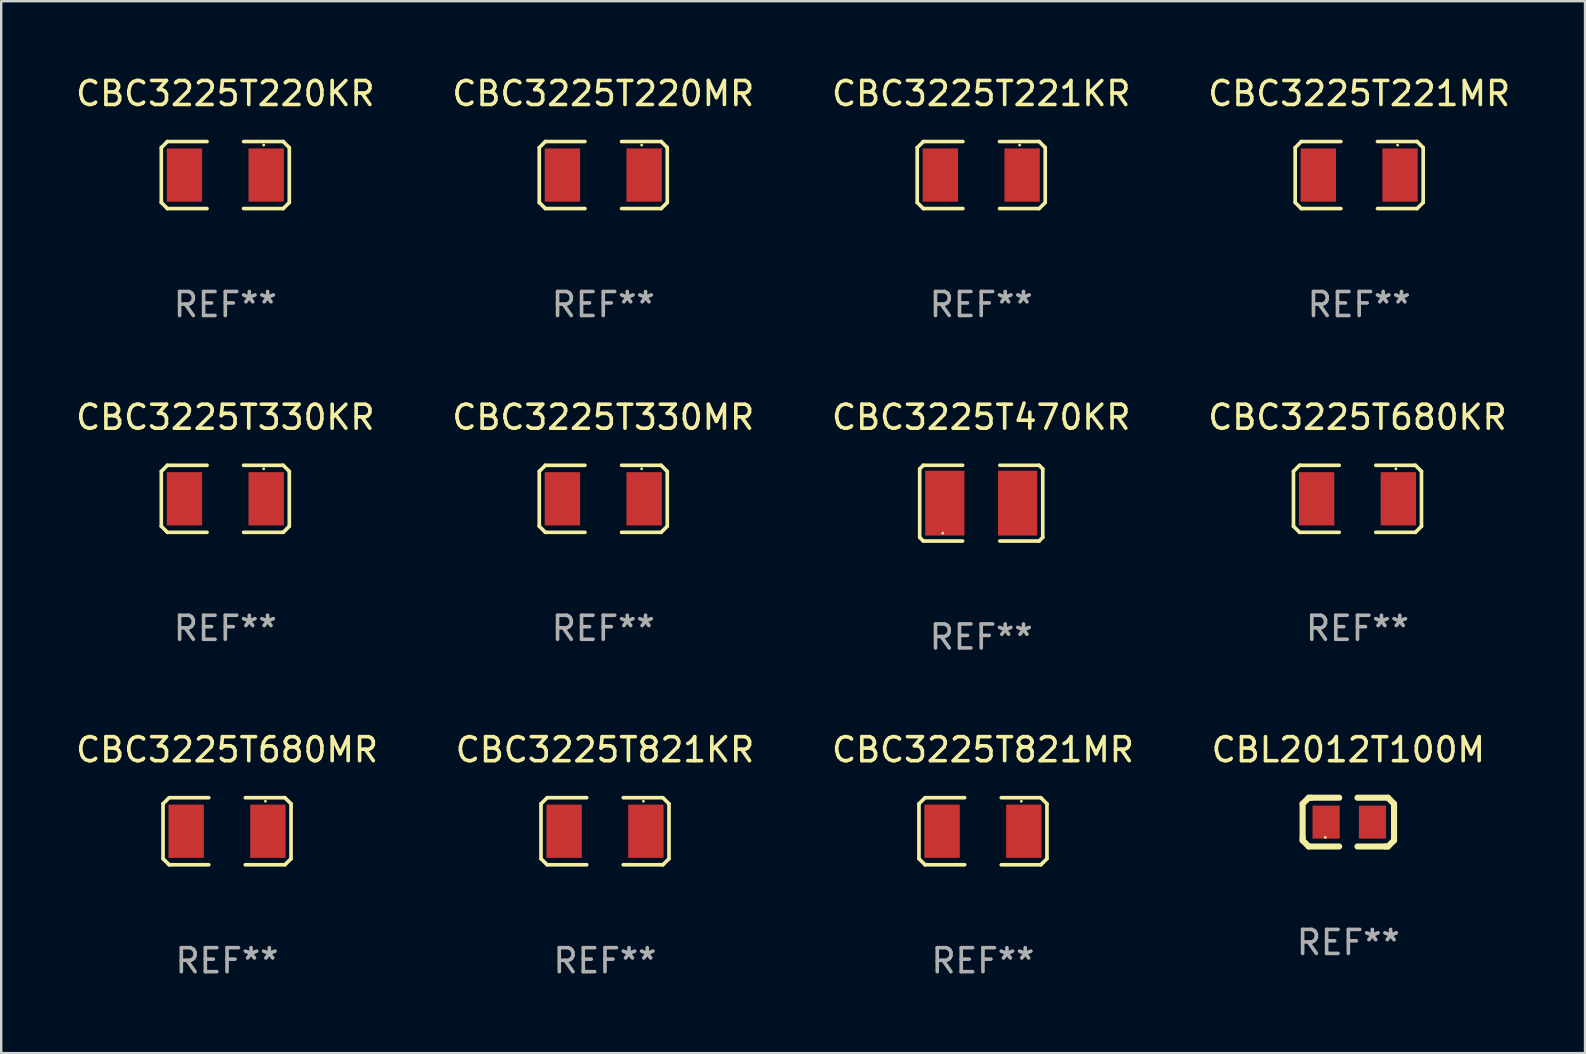
<source format=kicad_pcb>
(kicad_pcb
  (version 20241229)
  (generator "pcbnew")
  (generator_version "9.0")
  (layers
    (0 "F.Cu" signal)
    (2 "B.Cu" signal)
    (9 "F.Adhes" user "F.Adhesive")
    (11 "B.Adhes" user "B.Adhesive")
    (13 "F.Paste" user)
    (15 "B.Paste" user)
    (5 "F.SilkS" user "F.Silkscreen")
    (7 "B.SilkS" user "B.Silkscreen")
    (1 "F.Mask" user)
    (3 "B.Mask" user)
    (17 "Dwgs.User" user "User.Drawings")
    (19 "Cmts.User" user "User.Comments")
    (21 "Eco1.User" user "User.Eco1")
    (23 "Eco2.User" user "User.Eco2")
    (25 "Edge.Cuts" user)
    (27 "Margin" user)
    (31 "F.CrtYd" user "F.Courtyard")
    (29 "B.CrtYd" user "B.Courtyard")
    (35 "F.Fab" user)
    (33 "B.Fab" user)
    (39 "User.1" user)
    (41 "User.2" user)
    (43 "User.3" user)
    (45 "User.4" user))
  (footprint "CBC3225T821KR"
    (layer "F.Cu")
    (at 22.161 31.589)
    (property "Reference" "CBC3225T821KR" (at 0 -3.397 0) (layer "F.SilkS") (effects (font (size 1 1) (thickness 0.15))))
    (attr through_hole)
    (fp_line (start -2.667 -1.143) (end -2.413 -1.397) (stroke (width 0.152) (type solid)) (layer "F.SilkS"))
    (fp_line (start -2.667 1.143) (end -2.667 -1.143) (stroke (width 0.152) (type solid)) (layer "F.SilkS"))
    (fp_line (start -2.413 -1.397) (end -0.762 -1.397) (stroke (width 0.152) (type solid)) (layer "F.SilkS"))
    (fp_line (start -2.413 1.397) (end -2.667 1.143) (stroke (width 0.152) (type solid)) (layer "F.SilkS"))
    (fp_line (start -0.762 1.397) (end -2.413 1.397) (stroke (width 0.152) (type solid)) (layer "F.SilkS"))
    (fp_line (start 0.762 -1.397) (end 2.413 -1.397) (stroke (width 0.152) (type solid)) (layer "F.SilkS"))
    (fp_line (start 2.413 -1.397) (end 2.667 -1.143) (stroke (width 0.152) (type solid)) (layer "F.SilkS"))
    (fp_line (start 2.413 1.397) (end 0.762 1.397) (stroke (width 0.152) (type solid)) (layer "F.SilkS"))
    (fp_line (start 2.667 -1.143) (end 2.667 1.143) (stroke (width 0.152) (type solid)) (layer "F.SilkS"))
    (fp_line (start 2.667 1.143) (end 2.413 1.397) (stroke (width 0.152) (type solid)) (layer "F.SilkS"))
    (fp_circle (center 1.6 -1.25) (end 1.63 -1.25) (stroke (width 0.06) (type solid)) (fill no) (layer "F.SilkS"))
    (fp_text user "REF**" (at 0 5.397 0) (layer "F.Fab") (effects (font (size 1 1) (thickness 0.15))))
    (pad "1" smd rect (at 1.703 0) (size 1.474 2.22) (layers "F.Cu" "F.Mask" "F.Paste"))
    (pad "2" smd rect (at -1.703 0) (size 1.474 2.22) (layers "F.Cu" "F.Mask" "F.Paste")))
  (footprint "CBC3225T220KR"
    (layer "F.Cu")
    (at 6.339 4.245)
    (property "Reference" "CBC3225T220KR" (at 0 -3.397 0) (layer "F.SilkS") (effects (font (size 1 1) (thickness 0.15))))
    (attr through_hole)
    (fp_line (start -2.667 -1.143) (end -2.413 -1.397) (stroke (width 0.152) (type solid)) (layer "F.SilkS"))
    (fp_line (start -2.667 1.143) (end -2.667 -1.143) (stroke (width 0.152) (type solid)) (layer "F.SilkS"))
    (fp_line (start -2.413 -1.397) (end -0.762 -1.397) (stroke (width 0.152) (type solid)) (layer "F.SilkS"))
    (fp_line (start -2.413 1.397) (end -2.667 1.143) (stroke (width 0.152) (type solid)) (layer "F.SilkS"))
    (fp_line (start -0.762 1.397) (end -2.413 1.397) (stroke (width 0.152) (type solid)) (layer "F.SilkS"))
    (fp_line (start 0.762 -1.397) (end 2.413 -1.397) (stroke (width 0.152) (type solid)) (layer "F.SilkS"))
    (fp_line (start 2.413 -1.397) (end 2.667 -1.143) (stroke (width 0.152) (type solid)) (layer "F.SilkS"))
    (fp_line (start 2.413 1.397) (end 0.762 1.397) (stroke (width 0.152) (type solid)) (layer "F.SilkS"))
    (fp_line (start 2.667 -1.143) (end 2.667 1.143) (stroke (width 0.152) (type solid)) (layer "F.SilkS"))
    (fp_line (start 2.667 1.143) (end 2.413 1.397) (stroke (width 0.152) (type solid)) (layer "F.SilkS"))
    (fp_circle (center 1.6 -1.25) (end 1.63 -1.25) (stroke (width 0.06) (type solid)) (fill no) (layer "F.SilkS"))
    (fp_text user "REF**" (at 0 5.397 0) (layer "F.Fab") (effects (font (size 1 1) (thickness 0.15))))
    (pad "1" smd rect (at 1.703 0) (size 1.474 2.22) (layers "F.Cu" "F.Mask" "F.Paste"))
    (pad "2" smd rect (at -1.703 0) (size 1.474 2.22) (layers "F.Cu" "F.Mask" "F.Paste")))
  (footprint "CBC3225T330KR"
    (layer "F.Cu")
    (at 6.339 17.736)
    (property "Reference" "CBC3225T330KR" (at 0 -3.397 0) (layer "F.SilkS") (effects (font (size 1 1) (thickness 0.15))))
    (attr through_hole)
    (fp_line (start -2.667 -1.143) (end -2.413 -1.397) (stroke (width 0.152) (type solid)) (layer "F.SilkS"))
    (fp_line (start -2.667 1.143) (end -2.667 -1.143) (stroke (width 0.152) (type solid)) (layer "F.SilkS"))
    (fp_line (start -2.413 -1.397) (end -0.762 -1.397) (stroke (width 0.152) (type solid)) (layer "F.SilkS"))
    (fp_line (start -2.413 1.397) (end -2.667 1.143) (stroke (width 0.152) (type solid)) (layer "F.SilkS"))
    (fp_line (start -0.762 1.397) (end -2.413 1.397) (stroke (width 0.152) (type solid)) (layer "F.SilkS"))
    (fp_line (start 0.762 -1.397) (end 2.413 -1.397) (stroke (width 0.152) (type solid)) (layer "F.SilkS"))
    (fp_line (start 2.413 -1.397) (end 2.667 -1.143) (stroke (width 0.152) (type solid)) (layer "F.SilkS"))
    (fp_line (start 2.413 1.397) (end 0.762 1.397) (stroke (width 0.152) (type solid)) (layer "F.SilkS"))
    (fp_line (start 2.667 -1.143) (end 2.667 1.143) (stroke (width 0.152) (type solid)) (layer "F.SilkS"))
    (fp_line (start 2.667 1.143) (end 2.413 1.397) (stroke (width 0.152) (type solid)) (layer "F.SilkS"))
    (fp_circle (center 1.6 -1.25) (end 1.63 -1.25) (stroke (width 0.06) (type solid)) (fill no) (layer "F.SilkS"))
    (fp_text user "REF**" (at 0 5.397 0) (layer "F.Fab") (effects (font (size 1 1) (thickness 0.15))))
    (pad "1" smd rect (at 1.703 0) (size 1.474 2.22) (layers "F.Cu" "F.Mask" "F.Paste"))
    (pad "2" smd rect (at -1.703 0) (size 1.474 2.22) (layers "F.Cu" "F.Mask" "F.Paste")))
  (footprint "CBC3225T680MR"
    (layer "F.Cu")
    (at 6.411 31.589)
    (property "Reference" "CBC3225T680MR" (at 0 -3.397 0) (layer "F.SilkS") (effects (font (size 1 1) (thickness 0.15))))
    (attr through_hole)
    (fp_line (start -2.667 -1.143) (end -2.413 -1.397) (stroke (width 0.152) (type solid)) (layer "F.SilkS"))
    (fp_line (start -2.667 1.143) (end -2.667 -1.143) (stroke (width 0.152) (type solid)) (layer "F.SilkS"))
    (fp_line (start -2.413 -1.397) (end -0.762 -1.397) (stroke (width 0.152) (type solid)) (layer "F.SilkS"))
    (fp_line (start -2.413 1.397) (end -2.667 1.143) (stroke (width 0.152) (type solid)) (layer "F.SilkS"))
    (fp_line (start -0.762 1.397) (end -2.413 1.397) (stroke (width 0.152) (type solid)) (layer "F.SilkS"))
    (fp_line (start 0.762 -1.397) (end 2.413 -1.397) (stroke (width 0.152) (type solid)) (layer "F.SilkS"))
    (fp_line (start 2.413 -1.397) (end 2.667 -1.143) (stroke (width 0.152) (type solid)) (layer "F.SilkS"))
    (fp_line (start 2.413 1.397) (end 0.762 1.397) (stroke (width 0.152) (type solid)) (layer "F.SilkS"))
    (fp_line (start 2.667 -1.143) (end 2.667 1.143) (stroke (width 0.152) (type solid)) (layer "F.SilkS"))
    (fp_line (start 2.667 1.143) (end 2.413 1.397) (stroke (width 0.152) (type solid)) (layer "F.SilkS"))
    (fp_circle (center 1.6 -1.25) (end 1.63 -1.25) (stroke (width 0.06) (type solid)) (fill no) (layer "F.SilkS"))
    (fp_text user "REF**" (at 0 5.397 0) (layer "F.Fab") (effects (font (size 1 1) (thickness 0.15))))
    (pad "1" smd rect (at 1.703 0) (size 1.474 2.22) (layers "F.Cu" "F.Mask" "F.Paste"))
    (pad "2" smd rect (at -1.703 0) (size 1.474 2.22) (layers "F.Cu" "F.Mask" "F.Paste")))
  (footprint "CBC3225T821MR"
    (layer "F.Cu")
    (at 37.911 31.589)
    (property "Reference" "CBC3225T821MR" (at 0 -3.397 0) (layer "F.SilkS") (effects (font (size 1 1) (thickness 0.15))))
    (attr through_hole)
    (fp_line (start -2.667 -1.143) (end -2.413 -1.397) (stroke (width 0.152) (type solid)) (layer "F.SilkS"))
    (fp_line (start -2.667 1.143) (end -2.667 -1.143) (stroke (width 0.152) (type solid)) (layer "F.SilkS"))
    (fp_line (start -2.413 -1.397) (end -0.762 -1.397) (stroke (width 0.152) (type solid)) (layer "F.SilkS"))
    (fp_line (start -2.413 1.397) (end -2.667 1.143) (stroke (width 0.152) (type solid)) (layer "F.SilkS"))
    (fp_line (start -0.762 1.397) (end -2.413 1.397) (stroke (width 0.152) (type solid)) (layer "F.SilkS"))
    (fp_line (start 0.762 -1.397) (end 2.413 -1.397) (stroke (width 0.152) (type solid)) (layer "F.SilkS"))
    (fp_line (start 2.413 -1.397) (end 2.667 -1.143) (stroke (width 0.152) (type solid)) (layer "F.SilkS"))
    (fp_line (start 2.413 1.397) (end 0.762 1.397) (stroke (width 0.152) (type solid)) (layer "F.SilkS"))
    (fp_line (start 2.667 -1.143) (end 2.667 1.143) (stroke (width 0.152) (type solid)) (layer "F.SilkS"))
    (fp_line (start 2.667 1.143) (end 2.413 1.397) (stroke (width 0.152) (type solid)) (layer "F.SilkS"))
    (fp_circle (center 1.6 -1.25) (end 1.63 -1.25) (stroke (width 0.06) (type solid)) (fill no) (layer "F.SilkS"))
    (fp_text user "REF**" (at 0 5.397 0) (layer "F.Fab") (effects (font (size 1 1) (thickness 0.15))))
    (pad "1" smd rect (at 1.703 0) (size 1.474 2.22) (layers "F.Cu" "F.Mask" "F.Paste"))
    (pad "2" smd rect (at -1.703 0) (size 1.474 2.22) (layers "F.Cu" "F.Mask" "F.Paste")))
  (footprint "CBC3225T221MR"
    (layer "F.Cu")
    (at 53.589 4.245)
    (property "Reference" "CBC3225T221MR" (at 0 -3.397 0) (layer "F.SilkS") (effects (font (size 1 1) (thickness 0.15))))
    (attr through_hole)
    (fp_line (start -2.667 -1.143) (end -2.413 -1.397) (stroke (width 0.152) (type solid)) (layer "F.SilkS"))
    (fp_line (start -2.667 1.143) (end -2.667 -1.143) (stroke (width 0.152) (type solid)) (layer "F.SilkS"))
    (fp_line (start -2.413 -1.397) (end -0.762 -1.397) (stroke (width 0.152) (type solid)) (layer "F.SilkS"))
    (fp_line (start -2.413 1.397) (end -2.667 1.143) (stroke (width 0.152) (type solid)) (layer "F.SilkS"))
    (fp_line (start -0.762 1.397) (end -2.413 1.397) (stroke (width 0.152) (type solid)) (layer "F.SilkS"))
    (fp_line (start 0.762 -1.397) (end 2.413 -1.397) (stroke (width 0.152) (type solid)) (layer "F.SilkS"))
    (fp_line (start 2.413 -1.397) (end 2.667 -1.143) (stroke (width 0.152) (type solid)) (layer "F.SilkS"))
    (fp_line (start 2.413 1.397) (end 0.762 1.397) (stroke (width 0.152) (type solid)) (layer "F.SilkS"))
    (fp_line (start 2.667 -1.143) (end 2.667 1.143) (stroke (width 0.152) (type solid)) (layer "F.SilkS"))
    (fp_line (start 2.667 1.143) (end 2.413 1.397) (stroke (width 0.152) (type solid)) (layer "F.SilkS"))
    (fp_circle (center 1.6 -1.25) (end 1.63 -1.25) (stroke (width 0.06) (type solid)) (fill no) (layer "F.SilkS"))
    (fp_text user "REF**" (at 0 5.397 0) (layer "F.Fab") (effects (font (size 1 1) (thickness 0.15))))
    (pad "1" smd rect (at 1.703 0) (size 1.474 2.22) (layers "F.Cu" "F.Mask" "F.Paste"))
    (pad "2" smd rect (at -1.703 0) (size 1.474 2.22) (layers "F.Cu" "F.Mask" "F.Paste")))
  (footprint "CBL2012T100M"
    (layer "F.Cu")
    (at 53.137 31.208)
    (property "Reference" "CBL2012T100M" (at 0 -3.016 0) (layer "F.SilkS") (effects (font (size 1 1) (thickness 0.15))))
    (attr through_hole)
    (fp_line (start -1.905 -0.762) (end -1.905 0.635) (stroke (width 0.254) (type solid)) (layer "F.SilkS"))
    (fp_line (start -1.905 0.635) (end -1.905 0.762) (stroke (width 0.254) (type solid)) (layer "F.SilkS"))
    (fp_line (start -1.905 0.762) (end -1.651 1.016) (stroke (width 0.254) (type solid)) (layer "F.SilkS"))
    (fp_line (start -1.651 -1.016) (end -1.905 -0.762) (stroke (width 0.254) (type solid)) (layer "F.SilkS"))
    (fp_line (start -1.651 1.016) (end -0.381 1.016) (stroke (width 0.254) (type solid)) (layer "F.SilkS"))
    (fp_line (start -1.524 -1.016) (end -1.651 -1.016) (stroke (width 0.254) (type solid)) (layer "F.SilkS"))
    (fp_line (start -0.381 -1.016) (end -1.524 -1.016) (stroke (width 0.254) (type solid)) (layer "F.SilkS"))
    (fp_line (start 0.381 1.016) (end 1.524 1.016) (stroke (width 0.254) (type solid)) (layer "F.SilkS"))
    (fp_line (start 1.524 1.016) (end 1.651 1.016) (stroke (width 0.254) (type solid)) (layer "F.SilkS"))
    (fp_line (start 1.651 -1.016) (end 0.381 -1.016) (stroke (width 0.254) (type solid)) (layer "F.SilkS"))
    (fp_line (start 1.651 1.016) (end 1.905 0.762) (stroke (width 0.254) (type solid)) (layer "F.SilkS"))
    (fp_line (start 1.905 -0.762) (end 1.651 -1.016) (stroke (width 0.254) (type solid)) (layer "F.SilkS"))
    (fp_line (start 1.905 -0.635) (end 1.905 -0.762) (stroke (width 0.254) (type solid)) (layer "F.SilkS"))
    (fp_line (start 1.905 0.762) (end 1.905 -0.635) (stroke (width 0.254) (type solid)) (layer "F.SilkS"))
    (fp_circle (center -0.96 0.637) (end -0.93 0.637) (stroke (width 0.06) (type solid)) (fill no) (layer "F.SilkS"))
    (fp_text user "REF**" (at 0 5.016 0) (layer "F.Fab") (effects (font (size 1 1) (thickness 0.15))))
    (pad "1" smd rect (at -0.926 -0.000051) (size 1.133 1.377) (layers "F.Cu" "F.Mask" "F.Paste"))
    (pad "2" smd rect (at 1.006 -0.000051) (size 1.133 1.377) (layers "F.Cu" "F.Mask" "F.Paste")))
  (footprint "CBC3225T470KR"
    (layer "F.Cu")
    (at 37.839 17.917)
    (property "Reference" "CBC3225T470KR" (at 0 -3.579 0) (layer "F.SilkS") (effects (font (size 1 1) (thickness 0.15))))
    (attr through_hole)
    (fp_line (start -2.564 -1.426) (end -2.564 1.426) (stroke (width 0.152) (type solid)) (layer "F.SilkS"))
    (fp_line (start -2.564 1.426) (end -2.411 1.579) (stroke (width 0.152) (type solid)) (layer "F.SilkS"))
    (fp_line (start -2.411 -1.579) (end -2.564 -1.426) (stroke (width 0.152) (type solid)) (layer "F.SilkS"))
    (fp_line (start -2.411 1.579) (end -0.776 1.579) (stroke (width 0.152) (type solid)) (layer "F.SilkS"))
    (fp_line (start -0.776 -1.579) (end -2.411 -1.579) (stroke (width 0.152) (type solid)) (layer "F.SilkS"))
    (fp_line (start 0.776 -1.579) (end 2.411 -1.579) (stroke (width 0.152) (type solid)) (layer "F.SilkS"))
    (fp_line (start 2.411 -1.579) (end 2.564 -1.426) (stroke (width 0.152) (type solid)) (layer "F.SilkS"))
    (fp_line (start 2.411 1.579) (end 0.776 1.579) (stroke (width 0.152) (type solid)) (layer "F.SilkS"))
    (fp_line (start 2.564 -1.426) (end 2.564 1.426) (stroke (width 0.152) (type solid)) (layer "F.SilkS"))
    (fp_line (start 2.564 1.426) (end 2.411 1.579) (stroke (width 0.152) (type solid)) (layer "F.SilkS"))
    (fp_circle (center -1.6 1.25) (end -1.57 1.25) (stroke (width 0.06) (type solid)) (fill no) (layer "F.SilkS"))
    (fp_text user "REF**" (at 0 5.579 0) (layer "F.Fab") (effects (font (size 1 1) (thickness 0.15))))
    (pad "1" smd rect (at -1.517 -0.000013) (size 1.635 2.7) (layers "F.Cu" "F.Mask" "F.Paste"))
    (pad "2" smd rect (at 1.517 -0.000013) (size 1.635 2.7) (layers "F.Cu" "F.Mask" "F.Paste")))
  (footprint "CBC3225T680KR"
    (layer "F.Cu")
    (at 53.518 17.736)
    (property "Reference" "CBC3225T680KR" (at 0 -3.397 0) (layer "F.SilkS") (effects (font (size 1 1) (thickness 0.15))))
    (attr through_hole)
    (fp_line (start -2.667 -1.143) (end -2.413 -1.397) (stroke (width 0.152) (type solid)) (layer "F.SilkS"))
    (fp_line (start -2.667 1.143) (end -2.667 -1.143) (stroke (width 0.152) (type solid)) (layer "F.SilkS"))
    (fp_line (start -2.413 -1.397) (end -0.762 -1.397) (stroke (width 0.152) (type solid)) (layer "F.SilkS"))
    (fp_line (start -2.413 1.397) (end -2.667 1.143) (stroke (width 0.152) (type solid)) (layer "F.SilkS"))
    (fp_line (start -0.762 1.397) (end -2.413 1.397) (stroke (width 0.152) (type solid)) (layer "F.SilkS"))
    (fp_line (start 0.762 -1.397) (end 2.413 -1.397) (stroke (width 0.152) (type solid)) (layer "F.SilkS"))
    (fp_line (start 2.413 -1.397) (end 2.667 -1.143) (stroke (width 0.152) (type solid)) (layer "F.SilkS"))
    (fp_line (start 2.413 1.397) (end 0.762 1.397) (stroke (width 0.152) (type solid)) (layer "F.SilkS"))
    (fp_line (start 2.667 -1.143) (end 2.667 1.143) (stroke (width 0.152) (type solid)) (layer "F.SilkS"))
    (fp_line (start 2.667 1.143) (end 2.413 1.397) (stroke (width 0.152) (type solid)) (layer "F.SilkS"))
    (fp_circle (center 1.6 -1.25) (end 1.63 -1.25) (stroke (width 0.06) (type solid)) (fill no) (layer "F.SilkS"))
    (fp_text user "REF**" (at 0 5.397 0) (layer "F.Fab") (effects (font (size 1 1) (thickness 0.15))))
    (pad "1" smd rect (at 1.703 0) (size 1.474 2.22) (layers "F.Cu" "F.Mask" "F.Paste"))
    (pad "2" smd rect (at -1.703 0) (size 1.474 2.22) (layers "F.Cu" "F.Mask" "F.Paste")))
  (footprint "CBC3225T220MR"
    (layer "F.Cu")
    (at 22.089 4.245)
    (property "Reference" "CBC3225T220MR" (at 0 -3.397 0) (layer "F.SilkS") (effects (font (size 1 1) (thickness 0.15))))
    (attr through_hole)
    (fp_line (start -2.667 -1.143) (end -2.413 -1.397) (stroke (width 0.152) (type solid)) (layer "F.SilkS"))
    (fp_line (start -2.667 1.143) (end -2.667 -1.143) (stroke (width 0.152) (type solid)) (layer "F.SilkS"))
    (fp_line (start -2.413 -1.397) (end -0.762 -1.397) (stroke (width 0.152) (type solid)) (layer "F.SilkS"))
    (fp_line (start -2.413 1.397) (end -2.667 1.143) (stroke (width 0.152) (type solid)) (layer "F.SilkS"))
    (fp_line (start -0.762 1.397) (end -2.413 1.397) (stroke (width 0.152) (type solid)) (layer "F.SilkS"))
    (fp_line (start 0.762 -1.397) (end 2.413 -1.397) (stroke (width 0.152) (type solid)) (layer "F.SilkS"))
    (fp_line (start 2.413 -1.397) (end 2.667 -1.143) (stroke (width 0.152) (type solid)) (layer "F.SilkS"))
    (fp_line (start 2.413 1.397) (end 0.762 1.397) (stroke (width 0.152) (type solid)) (layer "F.SilkS"))
    (fp_line (start 2.667 -1.143) (end 2.667 1.143) (stroke (width 0.152) (type solid)) (layer "F.SilkS"))
    (fp_line (start 2.667 1.143) (end 2.413 1.397) (stroke (width 0.152) (type solid)) (layer "F.SilkS"))
    (fp_circle (center 1.6 -1.25) (end 1.63 -1.25) (stroke (width 0.06) (type solid)) (fill no) (layer "F.SilkS"))
    (fp_text user "REF**" (at 0 5.397 0) (layer "F.Fab") (effects (font (size 1 1) (thickness 0.15))))
    (pad "1" smd rect (at 1.703 0) (size 1.474 2.22) (layers "F.Cu" "F.Mask" "F.Paste"))
    (pad "2" smd rect (at -1.703 0) (size 1.474 2.22) (layers "F.Cu" "F.Mask" "F.Paste")))
  (footprint "CBC3225T330MR"
    (layer "F.Cu")
    (at 22.089 17.736)
    (property "Reference" "CBC3225T330MR" (at 0 -3.397 0) (layer "F.SilkS") (effects (font (size 1 1) (thickness 0.15))))
    (attr through_hole)
    (fp_line (start -2.667 -1.143) (end -2.413 -1.397) (stroke (width 0.152) (type solid)) (layer "F.SilkS"))
    (fp_line (start -2.667 1.143) (end -2.667 -1.143) (stroke (width 0.152) (type solid)) (layer "F.SilkS"))
    (fp_line (start -2.413 -1.397) (end -0.762 -1.397) (stroke (width 0.152) (type solid)) (layer "F.SilkS"))
    (fp_line (start -2.413 1.397) (end -2.667 1.143) (stroke (width 0.152) (type solid)) (layer "F.SilkS"))
    (fp_line (start -0.762 1.397) (end -2.413 1.397) (stroke (width 0.152) (type solid)) (layer "F.SilkS"))
    (fp_line (start 0.762 -1.397) (end 2.413 -1.397) (stroke (width 0.152) (type solid)) (layer "F.SilkS"))
    (fp_line (start 2.413 -1.397) (end 2.667 -1.143) (stroke (width 0.152) (type solid)) (layer "F.SilkS"))
    (fp_line (start 2.413 1.397) (end 0.762 1.397) (stroke (width 0.152) (type solid)) (layer "F.SilkS"))
    (fp_line (start 2.667 -1.143) (end 2.667 1.143) (stroke (width 0.152) (type solid)) (layer "F.SilkS"))
    (fp_line (start 2.667 1.143) (end 2.413 1.397) (stroke (width 0.152) (type solid)) (layer "F.SilkS"))
    (fp_circle (center 1.6 -1.25) (end 1.63 -1.25) (stroke (width 0.06) (type solid)) (fill no) (layer "F.SilkS"))
    (fp_text user "REF**" (at 0 5.397 0) (layer "F.Fab") (effects (font (size 1 1) (thickness 0.15))))
    (pad "1" smd rect (at 1.703 0) (size 1.474 2.22) (layers "F.Cu" "F.Mask" "F.Paste"))
    (pad "2" smd rect (at -1.703 0) (size 1.474 2.22) (layers "F.Cu" "F.Mask" "F.Paste")))
  (footprint "CBC3225T221KR"
    (layer "F.Cu")
    (at 37.839 4.245)
    (property "Reference" "CBC3225T221KR" (at 0 -3.397 0) (layer "F.SilkS") (effects (font (size 1 1) (thickness 0.15))))
    (attr through_hole)
    (fp_line (start -2.667 -1.143) (end -2.413 -1.397) (stroke (width 0.152) (type solid)) (layer "F.SilkS"))
    (fp_line (start -2.667 1.143) (end -2.667 -1.143) (stroke (width 0.152) (type solid)) (layer "F.SilkS"))
    (fp_line (start -2.413 -1.397) (end -0.762 -1.397) (stroke (width 0.152) (type solid)) (layer "F.SilkS"))
    (fp_line (start -2.413 1.397) (end -2.667 1.143) (stroke (width 0.152) (type solid)) (layer "F.SilkS"))
    (fp_line (start -0.762 1.397) (end -2.413 1.397) (stroke (width 0.152) (type solid)) (layer "F.SilkS"))
    (fp_line (start 0.762 -1.397) (end 2.413 -1.397) (stroke (width 0.152) (type solid)) (layer "F.SilkS"))
    (fp_line (start 2.413 -1.397) (end 2.667 -1.143) (stroke (width 0.152) (type solid)) (layer "F.SilkS"))
    (fp_line (start 2.413 1.397) (end 0.762 1.397) (stroke (width 0.152) (type solid)) (layer "F.SilkS"))
    (fp_line (start 2.667 -1.143) (end 2.667 1.143) (stroke (width 0.152) (type solid)) (layer "F.SilkS"))
    (fp_line (start 2.667 1.143) (end 2.413 1.397) (stroke (width 0.152) (type solid)) (layer "F.SilkS"))
    (fp_circle (center 1.6 -1.25) (end 1.63 -1.25) (stroke (width 0.06) (type solid)) (fill no) (layer "F.SilkS"))
    (fp_text user "REF**" (at 0 5.397 0) (layer "F.Fab") (effects (font (size 1 1) (thickness 0.15))))
    (pad "1" smd rect (at 1.703 0) (size 1.474 2.22) (layers "F.Cu" "F.Mask" "F.Paste"))
    (pad "2" smd rect (at -1.703 0) (size 1.474 2.22) (layers "F.Cu" "F.Mask" "F.Paste")))
  (gr_rect
    (start -3 -3)
    (end 63 40.835)
    (stroke (width 0.1) (type default))
    (fill no)
    (layer "Edge.Cuts")))
</source>
